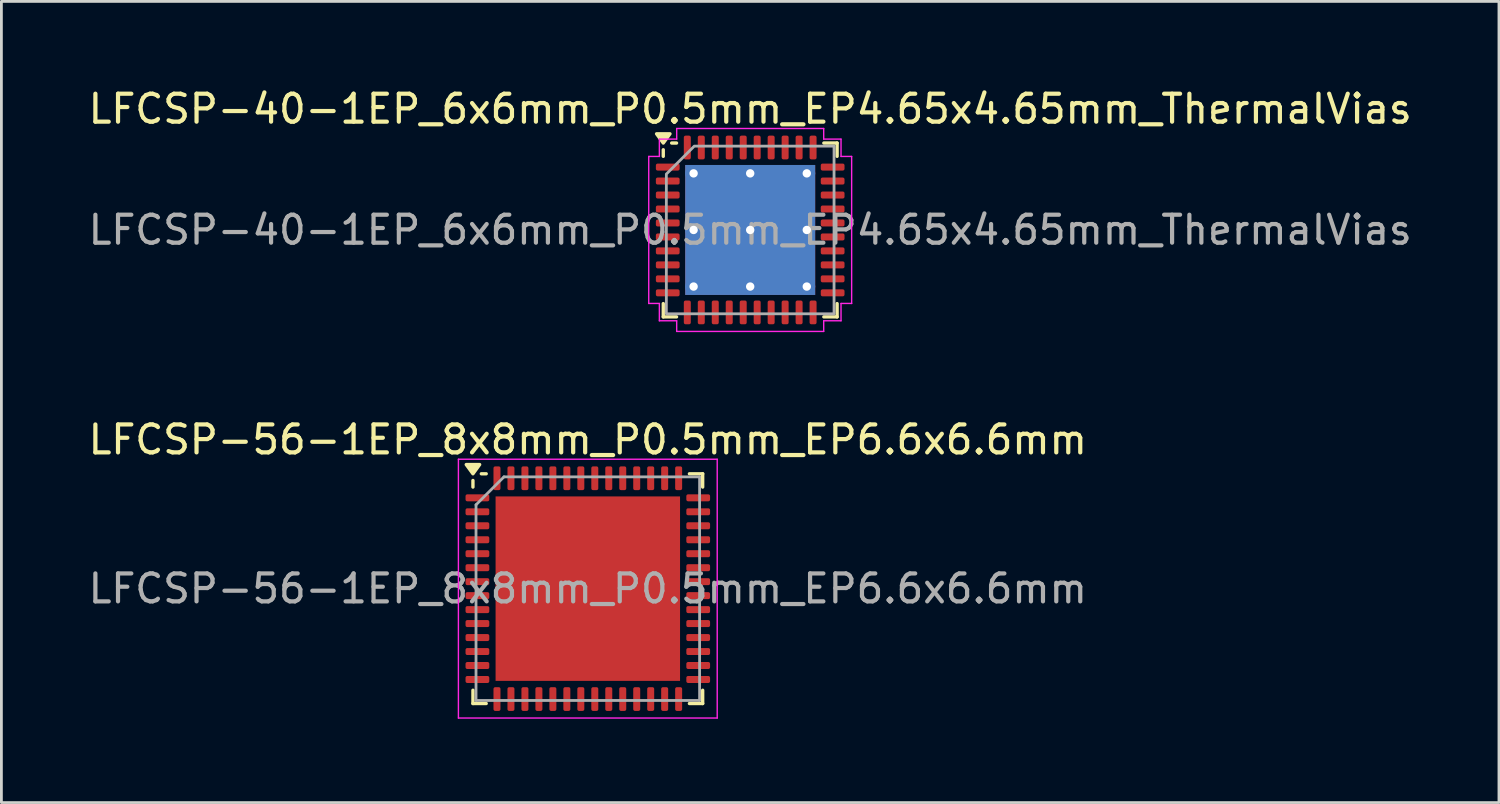
<source format=kicad_pcb>
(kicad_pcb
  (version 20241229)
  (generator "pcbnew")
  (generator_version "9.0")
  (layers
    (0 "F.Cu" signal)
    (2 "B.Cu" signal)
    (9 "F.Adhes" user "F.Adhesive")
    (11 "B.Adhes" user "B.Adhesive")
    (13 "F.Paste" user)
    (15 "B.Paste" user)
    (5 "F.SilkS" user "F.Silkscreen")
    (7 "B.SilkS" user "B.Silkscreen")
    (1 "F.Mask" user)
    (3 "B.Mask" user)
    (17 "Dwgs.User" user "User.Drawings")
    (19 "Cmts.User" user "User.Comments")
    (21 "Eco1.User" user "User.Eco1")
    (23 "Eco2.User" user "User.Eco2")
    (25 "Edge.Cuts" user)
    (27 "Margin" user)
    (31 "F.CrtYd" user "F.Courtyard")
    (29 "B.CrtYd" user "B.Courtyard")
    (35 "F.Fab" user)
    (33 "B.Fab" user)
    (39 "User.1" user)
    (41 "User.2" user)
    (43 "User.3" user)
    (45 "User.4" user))
  (footprint "LFCSP-56-1EP_8x8mm_P0.5mm_EP6.6x6.6mm"
    (layer "F.Cu")
    (at 17.982 18.012)
    (property "Reference" "LFCSP-56-1EP_8x8mm_P0.5mm_EP6.6x6.6mm" (at 0 -5.33 0) (layer "F.SilkS") (effects (font (size 1 1) (thickness 0.15))))
    (attr smd)
    (fp_line (start -4.11 -3.635) (end -4.11 -3.87) (stroke (width 0.12) (type solid)) (layer "F.SilkS"))
    (fp_line (start -4.11 4.11) (end -4.11 3.635) (stroke (width 0.12) (type solid)) (layer "F.SilkS"))
    (fp_line (start -3.635 -4.11) (end -3.81 -4.11) (stroke (width 0.12) (type solid)) (layer "F.SilkS"))
    (fp_line (start -3.635 4.11) (end -4.11 4.11) (stroke (width 0.12) (type solid)) (layer "F.SilkS"))
    (fp_line (start 3.635 -4.11) (end 4.11 -4.11) (stroke (width 0.12) (type solid)) (layer "F.SilkS"))
    (fp_line (start 3.635 4.11) (end 4.11 4.11) (stroke (width 0.12) (type solid)) (layer "F.SilkS"))
    (fp_line (start 4.11 -4.11) (end 4.11 -3.635) (stroke (width 0.12) (type solid)) (layer "F.SilkS"))
    (fp_line (start 4.11 4.11) (end 4.11 3.635) (stroke (width 0.12) (type solid)) (layer "F.SilkS"))
    (fp_poly (pts (xy -4.11 -4.11) (xy -4.35 -4.44) (xy -3.87 -4.44) (xy -4.11 -4.11)) (stroke (width 0.12) (type solid)) (fill yes) (layer "F.SilkS"))
    (fp_line (start -4.63 -4.63) (end -4.63 4.63) (stroke (width 0.05) (type solid)) (layer "F.CrtYd"))
    (fp_line (start -4.63 4.63) (end 4.63 4.63) (stroke (width 0.05) (type solid)) (layer "F.CrtYd"))
    (fp_line (start 4.63 -4.63) (end -4.63 -4.63) (stroke (width 0.05) (type solid)) (layer "F.CrtYd"))
    (fp_line (start 4.63 4.63) (end 4.63 -4.63) (stroke (width 0.05) (type solid)) (layer "F.CrtYd"))
    (fp_line (start -4 -3) (end -3 -4) (stroke (width 0.1) (type solid)) (layer "F.Fab"))
    (fp_line (start -4 4) (end -4 -3) (stroke (width 0.1) (type solid)) (layer "F.Fab"))
    (fp_line (start -3 -4) (end 4 -4) (stroke (width 0.1) (type solid)) (layer "F.Fab"))
    (fp_line (start 4 -4) (end 4 4) (stroke (width 0.1) (type solid)) (layer "F.Fab"))
    (fp_line (start 4 4) (end -4 4) (stroke (width 0.1) (type solid)) (layer "F.Fab"))
    (fp_text user "${REFERENCE}" (at 0 0 0) (layer "F.Fab") (effects (font (size 1 1) (thickness 0.15))))
    (pad "" smd roundrect (at -2.2 -2.2) (size 1.77 1.77) (layers "F.Paste") (roundrect_rratio 0.141))
    (pad "" smd roundrect (at -2.2 0) (size 1.77 1.77) (layers "F.Paste") (roundrect_rratio 0.141))
    (pad "" smd roundrect (at -2.2 2.2) (size 1.77 1.77) (layers "F.Paste") (roundrect_rratio 0.141))
    (pad "" smd roundrect (at 0 -2.2) (size 1.77 1.77) (layers "F.Paste") (roundrect_rratio 0.141))
    (pad "" smd roundrect (at 0 0) (size 1.77 1.77) (layers "F.Paste") (roundrect_rratio 0.141))
    (pad "" smd roundrect (at 0 2.2) (size 1.77 1.77) (layers "F.Paste") (roundrect_rratio 0.141))
    (pad "" smd roundrect (at 2.2 -2.2) (size 1.77 1.77) (layers "F.Paste") (roundrect_rratio 0.141))
    (pad "" smd roundrect (at 2.2 0) (size 1.77 1.77) (layers "F.Paste") (roundrect_rratio 0.141))
    (pad "" smd roundrect (at 2.2 2.2) (size 1.77 1.77) (layers "F.Paste") (roundrect_rratio 0.141))
    (pad "1" smd roundrect (at -3.95 -3.25) (size 0.85 0.25) (layers "F.Cu" "F.Mask" "F.Paste") (roundrect_rratio 0.25))
    (pad "2" smd roundrect (at -3.95 -2.75) (size 0.85 0.25) (layers "F.Cu" "F.Mask" "F.Paste") (roundrect_rratio 0.25))
    (pad "3" smd roundrect (at -3.95 -2.25) (size 0.85 0.25) (layers "F.Cu" "F.Mask" "F.Paste") (roundrect_rratio 0.25))
    (pad "4" smd roundrect (at -3.95 -1.75) (size 0.85 0.25) (layers "F.Cu" "F.Mask" "F.Paste") (roundrect_rratio 0.25))
    (pad "5" smd roundrect (at -3.95 -1.25) (size 0.85 0.25) (layers "F.Cu" "F.Mask" "F.Paste") (roundrect_rratio 0.25))
    (pad "6" smd roundrect (at -3.95 -0.75) (size 0.85 0.25) (layers "F.Cu" "F.Mask" "F.Paste") (roundrect_rratio 0.25))
    (pad "7" smd roundrect (at -3.95 -0.25) (size 0.85 0.25) (layers "F.Cu" "F.Mask" "F.Paste") (roundrect_rratio 0.25))
    (pad "8" smd roundrect (at -3.95 0.25) (size 0.85 0.25) (layers "F.Cu" "F.Mask" "F.Paste") (roundrect_rratio 0.25))
    (pad "9" smd roundrect (at -3.95 0.75) (size 0.85 0.25) (layers "F.Cu" "F.Mask" "F.Paste") (roundrect_rratio 0.25))
    (pad "10" smd roundrect (at -3.95 1.25) (size 0.85 0.25) (layers "F.Cu" "F.Mask" "F.Paste") (roundrect_rratio 0.25))
    (pad "11" smd roundrect (at -3.95 1.75) (size 0.85 0.25) (layers "F.Cu" "F.Mask" "F.Paste") (roundrect_rratio 0.25))
    (pad "12" smd roundrect (at -3.95 2.25) (size 0.85 0.25) (layers "F.Cu" "F.Mask" "F.Paste") (roundrect_rratio 0.25))
    (pad "13" smd roundrect (at -3.95 2.75) (size 0.85 0.25) (layers "F.Cu" "F.Mask" "F.Paste") (roundrect_rratio 0.25))
    (pad "14" smd roundrect (at -3.95 3.25) (size 0.85 0.25) (layers "F.Cu" "F.Mask" "F.Paste") (roundrect_rratio 0.25))
    (pad "15" smd roundrect (at -3.25 3.95) (size 0.25 0.85) (layers "F.Cu" "F.Mask" "F.Paste") (roundrect_rratio 0.25))
    (pad "16" smd roundrect (at -2.75 3.95) (size 0.25 0.85) (layers "F.Cu" "F.Mask" "F.Paste") (roundrect_rratio 0.25))
    (pad "17" smd roundrect (at -2.25 3.95) (size 0.25 0.85) (layers "F.Cu" "F.Mask" "F.Paste") (roundrect_rratio 0.25))
    (pad "18" smd roundrect (at -1.75 3.95) (size 0.25 0.85) (layers "F.Cu" "F.Mask" "F.Paste") (roundrect_rratio 0.25))
    (pad "19" smd roundrect (at -1.25 3.95) (size 0.25 0.85) (layers "F.Cu" "F.Mask" "F.Paste") (roundrect_rratio 0.25))
    (pad "20" smd roundrect (at -0.75 3.95) (size 0.25 0.85) (layers "F.Cu" "F.Mask" "F.Paste") (roundrect_rratio 0.25))
    (pad "21" smd roundrect (at -0.25 3.95) (size 0.25 0.85) (layers "F.Cu" "F.Mask" "F.Paste") (roundrect_rratio 0.25))
    (pad "22" smd roundrect (at 0.25 3.95) (size 0.25 0.85) (layers "F.Cu" "F.Mask" "F.Paste") (roundrect_rratio 0.25))
    (pad "23" smd roundrect (at 0.75 3.95) (size 0.25 0.85) (layers "F.Cu" "F.Mask" "F.Paste") (roundrect_rratio 0.25))
    (pad "24" smd roundrect (at 1.25 3.95) (size 0.25 0.85) (layers "F.Cu" "F.Mask" "F.Paste") (roundrect_rratio 0.25))
    (pad "25" smd roundrect (at 1.75 3.95) (size 0.25 0.85) (layers "F.Cu" "F.Mask" "F.Paste") (roundrect_rratio 0.25))
    (pad "26" smd roundrect (at 2.25 3.95) (size 0.25 0.85) (layers "F.Cu" "F.Mask" "F.Paste") (roundrect_rratio 0.25))
    (pad "27" smd roundrect (at 2.75 3.95) (size 0.25 0.85) (layers "F.Cu" "F.Mask" "F.Paste") (roundrect_rratio 0.25))
    (pad "28" smd roundrect (at 3.25 3.95) (size 0.25 0.85) (layers "F.Cu" "F.Mask" "F.Paste") (roundrect_rratio 0.25))
    (pad "29" smd roundrect (at 3.95 3.25) (size 0.85 0.25) (layers "F.Cu" "F.Mask" "F.Paste") (roundrect_rratio 0.25))
    (pad "30" smd roundrect (at 3.95 2.75) (size 0.85 0.25) (layers "F.Cu" "F.Mask" "F.Paste") (roundrect_rratio 0.25))
    (pad "31" smd roundrect (at 3.95 2.25) (size 0.85 0.25) (layers "F.Cu" "F.Mask" "F.Paste") (roundrect_rratio 0.25))
    (pad "32" smd roundrect (at 3.95 1.75) (size 0.85 0.25) (layers "F.Cu" "F.Mask" "F.Paste") (roundrect_rratio 0.25))
    (pad "33" smd roundrect (at 3.95 1.25) (size 0.85 0.25) (layers "F.Cu" "F.Mask" "F.Paste") (roundrect_rratio 0.25))
    (pad "34" smd roundrect (at 3.95 0.75) (size 0.85 0.25) (layers "F.Cu" "F.Mask" "F.Paste") (roundrect_rratio 0.25))
    (pad "35" smd roundrect (at 3.95 0.25) (size 0.85 0.25) (layers "F.Cu" "F.Mask" "F.Paste") (roundrect_rratio 0.25))
    (pad "36" smd roundrect (at 3.95 -0.25) (size 0.85 0.25) (layers "F.Cu" "F.Mask" "F.Paste") (roundrect_rratio 0.25))
    (pad "37" smd roundrect (at 3.95 -0.75) (size 0.85 0.25) (layers "F.Cu" "F.Mask" "F.Paste") (roundrect_rratio 0.25))
    (pad "38" smd roundrect (at 3.95 -1.25) (size 0.85 0.25) (layers "F.Cu" "F.Mask" "F.Paste") (roundrect_rratio 0.25))
    (pad "39" smd roundrect (at 3.95 -1.75) (size 0.85 0.25) (layers "F.Cu" "F.Mask" "F.Paste") (roundrect_rratio 0.25))
    (pad "40" smd roundrect (at 3.95 -2.25) (size 0.85 0.25) (layers "F.Cu" "F.Mask" "F.Paste") (roundrect_rratio 0.25))
    (pad "41" smd roundrect (at 3.95 -2.75) (size 0.85 0.25) (layers "F.Cu" "F.Mask" "F.Paste") (roundrect_rratio 0.25))
    (pad "42" smd roundrect (at 3.95 -3.25) (size 0.85 0.25) (layers "F.Cu" "F.Mask" "F.Paste") (roundrect_rratio 0.25))
    (pad "43" smd roundrect (at 3.25 -3.95) (size 0.25 0.85) (layers "F.Cu" "F.Mask" "F.Paste") (roundrect_rratio 0.25))
    (pad "44" smd roundrect (at 2.75 -3.95) (size 0.25 0.85) (layers "F.Cu" "F.Mask" "F.Paste") (roundrect_rratio 0.25))
    (pad "45" smd roundrect (at 2.25 -3.95) (size 0.25 0.85) (layers "F.Cu" "F.Mask" "F.Paste") (roundrect_rratio 0.25))
    (pad "46" smd roundrect (at 1.75 -3.95) (size 0.25 0.85) (layers "F.Cu" "F.Mask" "F.Paste") (roundrect_rratio 0.25))
    (pad "47" smd roundrect (at 1.25 -3.95) (size 0.25 0.85) (layers "F.Cu" "F.Mask" "F.Paste") (roundrect_rratio 0.25))
    (pad "48" smd roundrect (at 0.75 -3.95) (size 0.25 0.85) (layers "F.Cu" "F.Mask" "F.Paste") (roundrect_rratio 0.25))
    (pad "49" smd roundrect (at 0.25 -3.95) (size 0.25 0.85) (layers "F.Cu" "F.Mask" "F.Paste") (roundrect_rratio 0.25))
    (pad "50" smd roundrect (at -0.25 -3.95) (size 0.25 0.85) (layers "F.Cu" "F.Mask" "F.Paste") (roundrect_rratio 0.25))
    (pad "51" smd roundrect (at -0.75 -3.95) (size 0.25 0.85) (layers "F.Cu" "F.Mask" "F.Paste") (roundrect_rratio 0.25))
    (pad "52" smd roundrect (at -1.25 -3.95) (size 0.25 0.85) (layers "F.Cu" "F.Mask" "F.Paste") (roundrect_rratio 0.25))
    (pad "53" smd roundrect (at -1.75 -3.95) (size 0.25 0.85) (layers "F.Cu" "F.Mask" "F.Paste") (roundrect_rratio 0.25))
    (pad "54" smd roundrect (at -2.25 -3.95) (size 0.25 0.85) (layers "F.Cu" "F.Mask" "F.Paste") (roundrect_rratio 0.25))
    (pad "55" smd roundrect (at -2.75 -3.95) (size 0.25 0.85) (layers "F.Cu" "F.Mask" "F.Paste") (roundrect_rratio 0.25))
    (pad "56" smd roundrect (at -3.25 -3.95) (size 0.25 0.85) (layers "F.Cu" "F.Mask" "F.Paste") (roundrect_rratio 0.25))
    (pad "57" smd rect (at 0 0) (size 6.6 6.6) (property pad_prop_heatsink) (layers "F.Cu" "F.Mask")))
  (footprint "LFCSP-40-1EP_6x6mm_P0.5mm_EP4.65x4.65mm_ThermalVias"
    (layer "F.Cu")
    (at 23.792 5.178)
    (property "Reference" "LFCSP-40-1EP_6x6mm_P0.5mm_EP4.65x4.65mm_ThermalVias" (at 0 -4.33 0) (layer "F.SilkS") (effects (font (size 1 1) (thickness 0.15))))
    (attr smd)
    (fp_line (start -3.11 -2.635) (end -3.11 -2.87) (stroke (width 0.12) (type solid)) (layer "F.SilkS"))
    (fp_line (start -3.11 3.11) (end -3.11 2.635) (stroke (width 0.12) (type solid)) (layer "F.SilkS"))
    (fp_line (start -2.635 -3.11) (end -2.81 -3.11) (stroke (width 0.12) (type solid)) (layer "F.SilkS"))
    (fp_line (start -2.635 3.11) (end -3.11 3.11) (stroke (width 0.12) (type solid)) (layer "F.SilkS"))
    (fp_line (start 2.635 -3.11) (end 3.11 -3.11) (stroke (width 0.12) (type solid)) (layer "F.SilkS"))
    (fp_line (start 2.635 3.11) (end 3.11 3.11) (stroke (width 0.12) (type solid)) (layer "F.SilkS"))
    (fp_line (start 3.11 -3.11) (end 3.11 -2.635) (stroke (width 0.12) (type solid)) (layer "F.SilkS"))
    (fp_line (start 3.11 3.11) (end 3.11 2.635) (stroke (width 0.12) (type solid)) (layer "F.SilkS"))
    (fp_poly (pts (xy -3.11 -3.11) (xy -3.35 -3.44) (xy -2.87 -3.44)) (stroke (width 0.12) (type solid)) (fill yes) (layer "F.SilkS"))
    (fp_line (start -3.63 -2.63) (end -3.25 -2.63) (stroke (width 0.05) (type solid)) (layer "F.CrtYd"))
    (fp_line (start -3.63 2.63) (end -3.63 -2.63) (stroke (width 0.05) (type solid)) (layer "F.CrtYd"))
    (fp_line (start -3.25 -3.25) (end -2.63 -3.25) (stroke (width 0.05) (type solid)) (layer "F.CrtYd"))
    (fp_line (start -3.25 -2.63) (end -3.25 -3.25) (stroke (width 0.05) (type solid)) (layer "F.CrtYd"))
    (fp_line (start -3.25 2.63) (end -3.63 2.63) (stroke (width 0.05) (type solid)) (layer "F.CrtYd"))
    (fp_line (start -3.25 3.25) (end -3.25 2.63) (stroke (width 0.05) (type solid)) (layer "F.CrtYd"))
    (fp_line (start -2.63 -3.63) (end 2.63 -3.63) (stroke (width 0.05) (type solid)) (layer "F.CrtYd"))
    (fp_line (start -2.63 -3.25) (end -2.63 -3.63) (stroke (width 0.05) (type solid)) (layer "F.CrtYd"))
    (fp_line (start -2.63 3.25) (end -3.25 3.25) (stroke (width 0.05) (type solid)) (layer "F.CrtYd"))
    (fp_line (start -2.63 3.63) (end -2.63 3.25) (stroke (width 0.05) (type solid)) (layer "F.CrtYd"))
    (fp_line (start 2.63 -3.63) (end 2.63 -3.25) (stroke (width 0.05) (type solid)) (layer "F.CrtYd"))
    (fp_line (start 2.63 -3.25) (end 3.25 -3.25) (stroke (width 0.05) (type solid)) (layer "F.CrtYd"))
    (fp_line (start 2.63 3.25) (end 2.63 3.63) (stroke (width 0.05) (type solid)) (layer "F.CrtYd"))
    (fp_line (start 2.63 3.63) (end -2.63 3.63) (stroke (width 0.05) (type solid)) (layer "F.CrtYd"))
    (fp_line (start 3.25 -3.25) (end 3.25 -2.63) (stroke (width 0.05) (type solid)) (layer "F.CrtYd"))
    (fp_line (start 3.25 -2.63) (end 3.63 -2.63) (stroke (width 0.05) (type solid)) (layer "F.CrtYd"))
    (fp_line (start 3.25 2.63) (end 3.25 3.25) (stroke (width 0.05) (type solid)) (layer "F.CrtYd"))
    (fp_line (start 3.25 3.25) (end 2.63 3.25) (stroke (width 0.05) (type solid)) (layer "F.CrtYd"))
    (fp_line (start 3.63 -2.63) (end 3.63 2.63) (stroke (width 0.05) (type solid)) (layer "F.CrtYd"))
    (fp_line (start 3.63 2.63) (end 3.25 2.63) (stroke (width 0.05) (type solid)) (layer "F.CrtYd"))
    (fp_poly (pts (xy -3 -2) (xy -3 3) (xy 3 3) (xy 3 -3) (xy -2 -3)) (stroke (width 0.1) (type solid)) (fill no) (layer "F.Fab"))
    (fp_text user "${REFERENCE}" (at 0 0 0) (layer "F.Fab") (effects (font (size 1 1) (thickness 0.15))))
    (pad "" smd roundrect (at -1.16 -1.16) (size 1.95 1.95) (layers "F.Paste") (roundrect_rratio 0.128))
    (pad "" smd roundrect (at -1.16 1.16) (size 1.95 1.95) (layers "F.Paste") (roundrect_rratio 0.128))
    (pad "" smd roundrect (at 1.16 -1.16) (size 1.95 1.95) (layers "F.Paste") (roundrect_rratio 0.128))
    (pad "" smd roundrect (at 1.16 1.16) (size 1.95 1.95) (layers "F.Paste") (roundrect_rratio 0.128))
    (pad "1" smd roundrect (at -2.95 -2.25) (size 0.85 0.25) (layers "F.Cu" "F.Mask" "F.Paste") (roundrect_rratio 0.25))
    (pad "2" smd roundrect (at -2.95 -1.75) (size 0.85 0.25) (layers "F.Cu" "F.Mask" "F.Paste") (roundrect_rratio 0.25))
    (pad "3" smd roundrect (at -2.95 -1.25) (size 0.85 0.25) (layers "F.Cu" "F.Mask" "F.Paste") (roundrect_rratio 0.25))
    (pad "4" smd roundrect (at -2.95 -0.75) (size 0.85 0.25) (layers "F.Cu" "F.Mask" "F.Paste") (roundrect_rratio 0.25))
    (pad "5" smd roundrect (at -2.95 -0.25) (size 0.85 0.25) (layers "F.Cu" "F.Mask" "F.Paste") (roundrect_rratio 0.25))
    (pad "6" smd roundrect (at -2.95 0.25) (size 0.85 0.25) (layers "F.Cu" "F.Mask" "F.Paste") (roundrect_rratio 0.25))
    (pad "7" smd roundrect (at -2.95 0.75) (size 0.85 0.25) (layers "F.Cu" "F.Mask" "F.Paste") (roundrect_rratio 0.25))
    (pad "8" smd roundrect (at -2.95 1.25) (size 0.85 0.25) (layers "F.Cu" "F.Mask" "F.Paste") (roundrect_rratio 0.25))
    (pad "9" smd roundrect (at -2.95 1.75) (size 0.85 0.25) (layers "F.Cu" "F.Mask" "F.Paste") (roundrect_rratio 0.25))
    (pad "10" smd roundrect (at -2.95 2.25) (size 0.85 0.25) (layers "F.Cu" "F.Mask" "F.Paste") (roundrect_rratio 0.25))
    (pad "11" smd roundrect (at -2.25 2.95) (size 0.25 0.85) (layers "F.Cu" "F.Mask" "F.Paste") (roundrect_rratio 0.25))
    (pad "12" smd roundrect (at -1.75 2.95) (size 0.25 0.85) (layers "F.Cu" "F.Mask" "F.Paste") (roundrect_rratio 0.25))
    (pad "13" smd roundrect (at -1.25 2.95) (size 0.25 0.85) (layers "F.Cu" "F.Mask" "F.Paste") (roundrect_rratio 0.25))
    (pad "14" smd roundrect (at -0.75 2.95) (size 0.25 0.85) (layers "F.Cu" "F.Mask" "F.Paste") (roundrect_rratio 0.25))
    (pad "15" smd roundrect (at -0.25 2.95) (size 0.25 0.85) (layers "F.Cu" "F.Mask" "F.Paste") (roundrect_rratio 0.25))
    (pad "16" smd roundrect (at 0.25 2.95) (size 0.25 0.85) (layers "F.Cu" "F.Mask" "F.Paste") (roundrect_rratio 0.25))
    (pad "17" smd roundrect (at 0.75 2.95) (size 0.25 0.85) (layers "F.Cu" "F.Mask" "F.Paste") (roundrect_rratio 0.25))
    (pad "18" smd roundrect (at 1.25 2.95) (size 0.25 0.85) (layers "F.Cu" "F.Mask" "F.Paste") (roundrect_rratio 0.25))
    (pad "19" smd roundrect (at 1.75 2.95) (size 0.25 0.85) (layers "F.Cu" "F.Mask" "F.Paste") (roundrect_rratio 0.25))
    (pad "20" smd roundrect (at 2.25 2.95) (size 0.25 0.85) (layers "F.Cu" "F.Mask" "F.Paste") (roundrect_rratio 0.25))
    (pad "21" smd roundrect (at 2.95 2.25) (size 0.85 0.25) (layers "F.Cu" "F.Mask" "F.Paste") (roundrect_rratio 0.25))
    (pad "22" smd roundrect (at 2.95 1.75) (size 0.85 0.25) (layers "F.Cu" "F.Mask" "F.Paste") (roundrect_rratio 0.25))
    (pad "23" smd roundrect (at 2.95 1.25) (size 0.85 0.25) (layers "F.Cu" "F.Mask" "F.Paste") (roundrect_rratio 0.25))
    (pad "24" smd roundrect (at 2.95 0.75) (size 0.85 0.25) (layers "F.Cu" "F.Mask" "F.Paste") (roundrect_rratio 0.25))
    (pad "25" smd roundrect (at 2.95 0.25) (size 0.85 0.25) (layers "F.Cu" "F.Mask" "F.Paste") (roundrect_rratio 0.25))
    (pad "26" smd roundrect (at 2.95 -0.25) (size 0.85 0.25) (layers "F.Cu" "F.Mask" "F.Paste") (roundrect_rratio 0.25))
    (pad "27" smd roundrect (at 2.95 -0.75) (size 0.85 0.25) (layers "F.Cu" "F.Mask" "F.Paste") (roundrect_rratio 0.25))
    (pad "28" smd roundrect (at 2.95 -1.25) (size 0.85 0.25) (layers "F.Cu" "F.Mask" "F.Paste") (roundrect_rratio 0.25))
    (pad "29" smd roundrect (at 2.95 -1.75) (size 0.85 0.25) (layers "F.Cu" "F.Mask" "F.Paste") (roundrect_rratio 0.25))
    (pad "30" smd roundrect (at 2.95 -2.25) (size 0.85 0.25) (layers "F.Cu" "F.Mask" "F.Paste") (roundrect_rratio 0.25))
    (pad "31" smd roundrect (at 2.25 -2.95) (size 0.25 0.85) (layers "F.Cu" "F.Mask" "F.Paste") (roundrect_rratio 0.25))
    (pad "32" smd roundrect (at 1.75 -2.95) (size 0.25 0.85) (layers "F.Cu" "F.Mask" "F.Paste") (roundrect_rratio 0.25))
    (pad "33" smd roundrect (at 1.25 -2.95) (size 0.25 0.85) (layers "F.Cu" "F.Mask" "F.Paste") (roundrect_rratio 0.25))
    (pad "34" smd roundrect (at 0.75 -2.95) (size 0.25 0.85) (layers "F.Cu" "F.Mask" "F.Paste") (roundrect_rratio 0.25))
    (pad "35" smd roundrect (at 0.25 -2.95) (size 0.25 0.85) (layers "F.Cu" "F.Mask" "F.Paste") (roundrect_rratio 0.25))
    (pad "36" smd roundrect (at -0.25 -2.95) (size 0.25 0.85) (layers "F.Cu" "F.Mask" "F.Paste") (roundrect_rratio 0.25))
    (pad "37" smd roundrect (at -0.75 -2.95) (size 0.25 0.85) (layers "F.Cu" "F.Mask" "F.Paste") (roundrect_rratio 0.25))
    (pad "38" smd roundrect (at -1.25 -2.95) (size 0.25 0.85) (layers "F.Cu" "F.Mask" "F.Paste") (roundrect_rratio 0.25))
    (pad "39" smd roundrect (at -1.75 -2.95) (size 0.25 0.85) (layers "F.Cu" "F.Mask" "F.Paste") (roundrect_rratio 0.25))
    (pad "40" smd roundrect (at -2.25 -2.95) (size 0.25 0.85) (layers "F.Cu" "F.Mask" "F.Paste") (roundrect_rratio 0.25))
    (pad "41" thru_hole circle (at -2.025 -2.025) (size 0.6 0.6) (drill 0.3) (property pad_prop_heatsink) (layers "*.Cu"))
    (pad "41" thru_hole circle (at -2.025 0) (size 0.6 0.6) (drill 0.3) (property pad_prop_heatsink) (layers "*.Cu"))
    (pad "41" thru_hole circle (at -2.025 2.025) (size 0.6 0.6) (drill 0.3) (property pad_prop_heatsink) (layers "*.Cu"))
    (pad "41" thru_hole circle (at 0 -2.025) (size 0.6 0.6) (drill 0.3) (property pad_prop_heatsink) (layers "*.Cu"))
    (pad "41" thru_hole circle (at 0 0) (size 0.6 0.6) (drill 0.3) (property pad_prop_heatsink) (layers "*.Cu"))
    (pad "41" smd rect (at 0 0) (size 4.65 4.65) (property pad_prop_heatsink) (layers "F.Cu" "F.Mask"))
    (pad "41" smd rect (at 0 0) (size 4.65 4.65) (property pad_prop_heatsink) (layers "B.Cu"))
    (pad "41" thru_hole circle (at 0 2.025) (size 0.6 0.6) (drill 0.3) (property pad_prop_heatsink) (layers "*.Cu"))
    (pad "41" thru_hole circle (at 2.025 -2.025) (size 0.6 0.6) (drill 0.3) (property pad_prop_heatsink) (layers "*.Cu"))
    (pad "41" thru_hole circle (at 2.025 0) (size 0.6 0.6) (drill 0.3) (property pad_prop_heatsink) (layers "*.Cu"))
    (pad "41" thru_hole circle (at 2.025 2.025) (size 0.6 0.6) (drill 0.3) (property pad_prop_heatsink) (layers "*.Cu")))
  (gr_rect
    (start -3 -3)
    (end 50.583 25.666)
    (stroke (width 0.1) (type default))
    (fill no)
    (layer "Edge.Cuts")))
</source>
